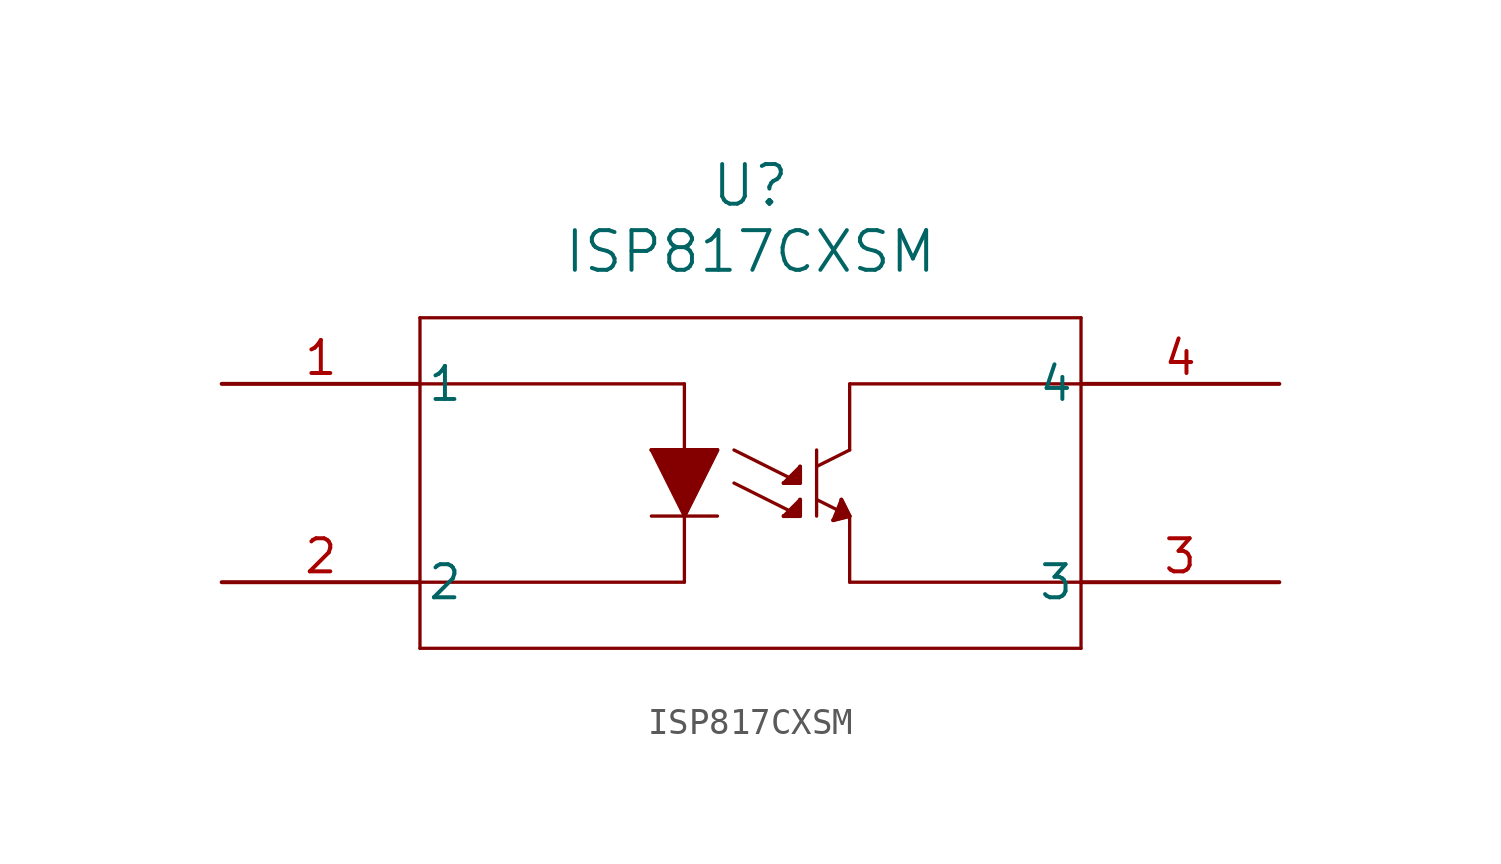
<source format=kicad_sym>
(kicad_symbol_lib
  (version 20211014)
  (generator kicad_symbol_editor)
  (symbol "ISP817CXSM"
    (pin_names
      (offset 0.254))
    (property "Reference" "U"
      (at 20.32 7.62 0)
      (effects (font (size 1.524 1.524))))
    (property "Value" "ISP817CXSM"
      (at 20.32 5.08 0)
      (effects (font (size 1.524 1.524))))
    (polyline
      (pts (xy 7.62 2.54) (xy 7.62 -10.16))
      (stroke (width 0.127) (type default) (color 0 0 0 0))
      (fill (type none)))
    (polyline
      (pts (xy 7.62 -10.16) (xy 33.02 -10.16))
      (stroke (width 0.127) (type default) (color 0 0 0 0))
      (fill (type none)))
    (polyline
      (pts (xy 33.02 -10.16) (xy 33.02 2.54))
      (stroke (width 0.127) (type default) (color 0 0 0 0))
      (fill (type none)))
    (polyline
      (pts (xy 33.02 2.54) (xy 7.62 2.54))
      (stroke (width 0.127) (type default) (color 0 0 0 0))
      (fill (type none)))
    (polyline
      (pts (xy 7.62 0) (xy 17.78 0))
      (stroke (width 0.127) (type default) (color 0 0 0 0))
      (fill (type none)))
    (polyline
      (pts (xy 17.78 0) (xy 17.78 -7.62))
      (stroke (width 0.127) (type default) (color 0 0 0 0))
      (fill (type none)))
    (polyline
      (pts (xy 17.78 -7.62) (xy 7.62 -7.62))
      (stroke (width 0.127) (type default) (color 0 0 0 0))
      (fill (type none)))
    (polyline
      (pts (xy 33.02 0) (xy 24.13 0))
      (stroke (width 0.127) (type default) (color 0 0 0 0))
      (fill (type none)))
    (polyline
      (pts (xy 33.02 -7.62) (xy 24.13 -7.62))
      (stroke (width 0.127) (type default) (color 0 0 0 0))
      (fill (type none)))
    (polyline
      (pts (xy 24.13 -7.62) (xy 24.13 -5.08))
      (stroke (width 0.127) (type default) (color 0 0 0 0))
      (fill (type none)))
    (polyline
      (pts (xy 24.13 -2.54) (xy 24.13 0))
      (stroke (width 0.127) (type default) (color 0 0 0 0))
      (fill (type none)))
    (polyline
      (pts (xy 16.51 -2.54) (xy 19.05 -2.54))
      (stroke (width 0.127) (type default) (color 0 0 0 0))
      (fill (type none)))
    (polyline
      (pts (xy 19.05 -2.54) (xy 17.78 -5.08))
      (stroke (width 0.127) (type default) (color 0 0 0 0))
      (fill (type none)))
    (polyline
      (pts (xy 17.78 -5.08) (xy 16.51 -2.54))
      (stroke (width 0.127) (type default) (color 0 0 0 0))
      (fill (type none)))
    (polyline
      (pts (xy 16.51 -5.08) (xy 19.05 -5.08))
      (stroke (width 0.127) (type default) (color 0 0 0 0))
      (fill (type none)))
    (polyline
      (pts (xy 22.86 -2.54) (xy 22.86 -5.08))
      (stroke (width 0.127) (type default) (color 0 0 0 0))
      (fill (type none)))
    (polyline
      (pts (xy 22.86 -3.175) (xy 24.13 -2.54))
      (stroke (width 0.127) (type default) (color 0 0 0 0))
      (fill (type none)))
    (polyline
      (pts (xy 22.86 -4.445) (xy 24.13 -5.08))
      (stroke (width 0.127) (type default) (color 0 0 0 0))
      (fill (type none)))
    (polyline
      (pts (xy 16.51 -2.54) (xy 19.05 -2.54) (xy 17.78 -5.08))
      (stroke (width 0) (type default) (color 0 0 0 0))
      (fill (type outline)))
    (polyline
      (pts (xy 24.13 -5.08) (xy 23.495 -5.239))
      (stroke (width 0.127) (type default) (color 0 0 0 0))
      (fill (type none)))
    (polyline
      (pts (xy 24.13 -5.08) (xy 23.812 -4.445))
      (stroke (width 0.127) (type default) (color 0 0 0 0))
      (fill (type none)))
    (polyline
      (pts (xy 23.812 -4.445) (xy 23.495 -5.239))
      (stroke (width 0.127) (type default) (color 0 0 0 0))
      (fill (type none)))
    (polyline
      (pts (xy 23.812 -4.445) (xy 24.13 -5.08) (xy 23.495 -5.239))
      (stroke (width 0) (type default) (color 0 0 0 0))
      (fill (type outline)))
    (polyline
      (pts (xy 19.685 -2.54) (xy 22.225 -3.81))
      (stroke (width 0.127) (type default) (color 0 0 0 0))
      (fill (type none)))
    (polyline
      (pts (xy 19.685 -3.81) (xy 22.225 -5.08))
      (stroke (width 0.127) (type default) (color 0 0 0 0))
      (fill (type none)))
    (polyline
      (pts (xy 22.225 -5.08) (xy 22.225 -4.445))
      (stroke (width 0.127) (type default) (color 0 0 0 0))
      (fill (type none)))
    (polyline
      (pts (xy 22.225 -5.08) (xy 21.59 -5.08))
      (stroke (width 0.127) (type default) (color 0 0 0 0))
      (fill (type none)))
    (polyline
      (pts (xy 22.225 -3.81) (xy 21.59 -3.81))
      (stroke (width 0.127) (type default) (color 0 0 0 0))
      (fill (type none)))
    (polyline
      (pts (xy 22.225 -3.81) (xy 22.225 -3.175))
      (stroke (width 0.127) (type default) (color 0 0 0 0))
      (fill (type none)))
    (polyline
      (pts (xy 22.225 -3.175) (xy 21.59 -3.81))
      (stroke (width 0.127) (type default) (color 0 0 0 0))
      (fill (type none)))
    (polyline
      (pts (xy 22.225 -4.445) (xy 21.59 -5.08))
      (stroke (width 0.127) (type default) (color 0 0 0 0))
      (fill (type none)))
    (polyline
      (pts (xy 21.59 -3.81) (xy 22.225 -3.81) (xy 22.225 -3.175))
      (stroke (width 0) (type default) (color 0 0 0 0))
      (fill (type outline)))
    (polyline
      (pts (xy 22.225 -4.445) (xy 22.225 -5.08) (xy 21.59 -5.08))
      (stroke (width 0) (type default) (color 0 0 0 0))
      (fill (type outline)))
    (pin unspecified line
      (at 0 0 0)
      (length 7.62)
      (name "1" (effects (font (size 1.27 1.27))))
      (number "1" (effects (font (size 1.27 1.27)))))
    (pin unspecified line
      (at 0 -7.62 0)
      (length 7.62)
      (name "2" (effects (font (size 1.27 1.27))))
      (number "2" (effects (font (size 1.27 1.27)))))
    (pin unspecified line
      (at 40.64 -7.62 180)
      (length 7.62)
      (name "3" (effects (font (size 1.27 1.27))))
      (number "3" (effects (font (size 1.27 1.27)))))
    (pin unspecified line
      (at 40.64 0 180)
      (length 7.62)
      (name "4" (effects (font (size 1.27 1.27))))
      (number "4" (effects (font (size 1.27 1.27)))))))
</source>
